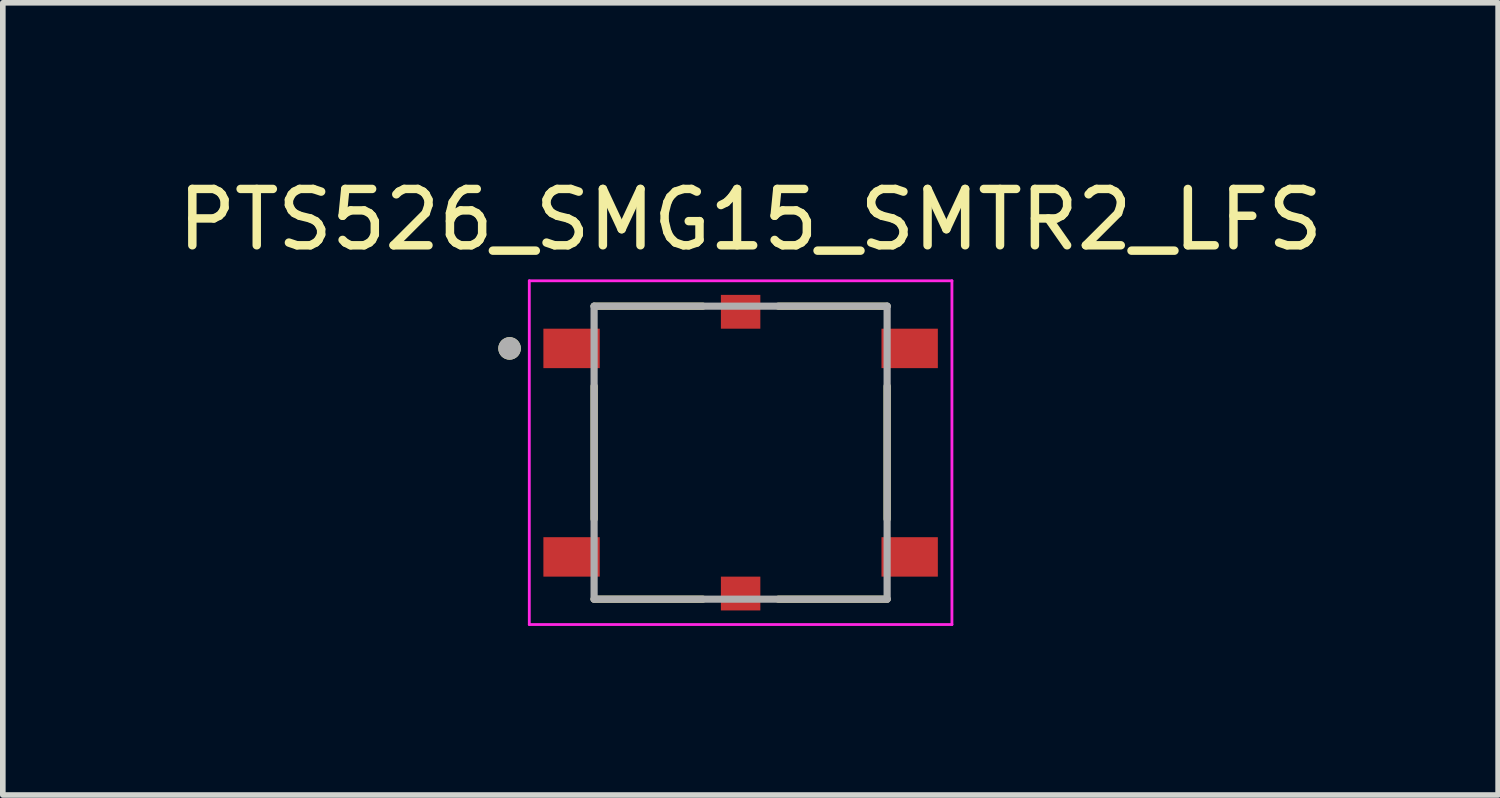
<source format=kicad_pcb>
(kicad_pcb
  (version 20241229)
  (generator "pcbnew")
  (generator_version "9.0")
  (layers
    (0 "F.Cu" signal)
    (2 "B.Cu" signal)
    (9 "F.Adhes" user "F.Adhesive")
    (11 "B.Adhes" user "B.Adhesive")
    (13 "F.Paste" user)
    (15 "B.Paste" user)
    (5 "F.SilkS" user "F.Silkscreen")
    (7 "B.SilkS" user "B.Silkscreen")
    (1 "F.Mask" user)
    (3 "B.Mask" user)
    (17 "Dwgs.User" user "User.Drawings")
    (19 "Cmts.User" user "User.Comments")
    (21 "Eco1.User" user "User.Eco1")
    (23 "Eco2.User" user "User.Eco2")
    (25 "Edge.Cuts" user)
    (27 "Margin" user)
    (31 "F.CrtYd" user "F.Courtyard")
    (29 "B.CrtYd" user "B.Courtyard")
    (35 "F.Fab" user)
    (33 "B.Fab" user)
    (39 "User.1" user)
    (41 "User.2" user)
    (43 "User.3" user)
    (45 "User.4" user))
  (footprint "PTS526_SMG15_SMTR2_LFS"
    (layer "F.Cu")
    (at 10.093 4.983)
    (property "Reference" "PTS526_SMG15_SMTR2_LFS" (at 0.175 -4.135 0) (layer "F.SilkS") (effects (font (size 1 1) (thickness 0.15))))
    (attr through_hole)
    (fp_line (start -2.6 -2.6) (end -0.67 -2.6) (stroke (width 0.127) (type solid)) (layer "F.SilkS"))
    (fp_line (start -2.6 -1.18) (end -2.6 1.18) (stroke (width 0.127) (type solid)) (layer "F.SilkS"))
    (fp_line (start -2.6 2.6) (end -0.67 2.6) (stroke (width 0.127) (type solid)) (layer "F.SilkS"))
    (fp_line (start 0.67 -2.6) (end 2.6 -2.6) (stroke (width 0.127) (type solid)) (layer "F.SilkS"))
    (fp_line (start 0.67 2.6) (end 2.6 2.6) (stroke (width 0.127) (type solid)) (layer "F.SilkS"))
    (fp_line (start 2.6 -1.18) (end 2.6 1.18) (stroke (width 0.127) (type solid)) (layer "F.SilkS"))
    (fp_circle (center -4.1 -1.85) (end -4 -1.85) (stroke (width 0.2) (type solid)) (fill no) (layer "F.SilkS"))
    (fp_line (start -3.75 -3.05) (end 3.75 -3.05) (stroke (width 0.05) (type solid)) (layer "F.CrtYd"))
    (fp_line (start -3.75 3.05) (end -3.75 -3.05) (stroke (width 0.05) (type solid)) (layer "F.CrtYd"))
    (fp_line (start 3.75 -3.05) (end 3.75 3.05) (stroke (width 0.05) (type solid)) (layer "F.CrtYd"))
    (fp_line (start 3.75 3.05) (end -3.75 3.05) (stroke (width 0.05) (type solid)) (layer "F.CrtYd"))
    (fp_line (start -2.6 -2.6) (end 2.6 -2.6) (stroke (width 0.127) (type solid)) (layer "F.Fab"))
    (fp_line (start -2.6 2.6) (end -2.6 -2.6) (stroke (width 0.127) (type solid)) (layer "F.Fab"))
    (fp_line (start 2.6 -2.6) (end 2.6 2.6) (stroke (width 0.127) (type solid)) (layer "F.Fab"))
    (fp_line (start 2.6 2.6) (end -2.6 2.6) (stroke (width 0.127) (type solid)) (layer "F.Fab"))
    (fp_circle (center -4.1 -1.85) (end -4 -1.85) (stroke (width 0.2) (type solid)) (fill no) (layer "F.Fab"))
    (pad "1" smd rect (at -3 -1.85) (size 1 0.7) (layers "F.Cu" "F.Mask" "F.Paste"))
    (pad "2" smd rect (at 3 -1.85) (size 1 0.7) (layers "F.Cu" "F.Mask" "F.Paste"))
    (pad "3" smd rect (at -3 1.85) (size 1 0.7) (layers "F.Cu" "F.Mask" "F.Paste"))
    (pad "4" smd rect (at 3 1.85) (size 1 0.7) (layers "F.Cu" "F.Mask" "F.Paste"))
    (pad "G1" smd rect (at 0 -2.5) (size 0.7 0.6) (layers "F.Cu" "F.Mask" "F.Paste"))
    (pad "G2" smd rect (at 0 2.5) (size 0.7 0.6) (layers "F.Cu" "F.Mask" "F.Paste")))
  (gr_rect
    (start -3 -3)
    (end 23.536 11.058)
    (stroke (width 0.1) (type default))
    (fill no)
    (layer "Edge.Cuts")))
</source>
